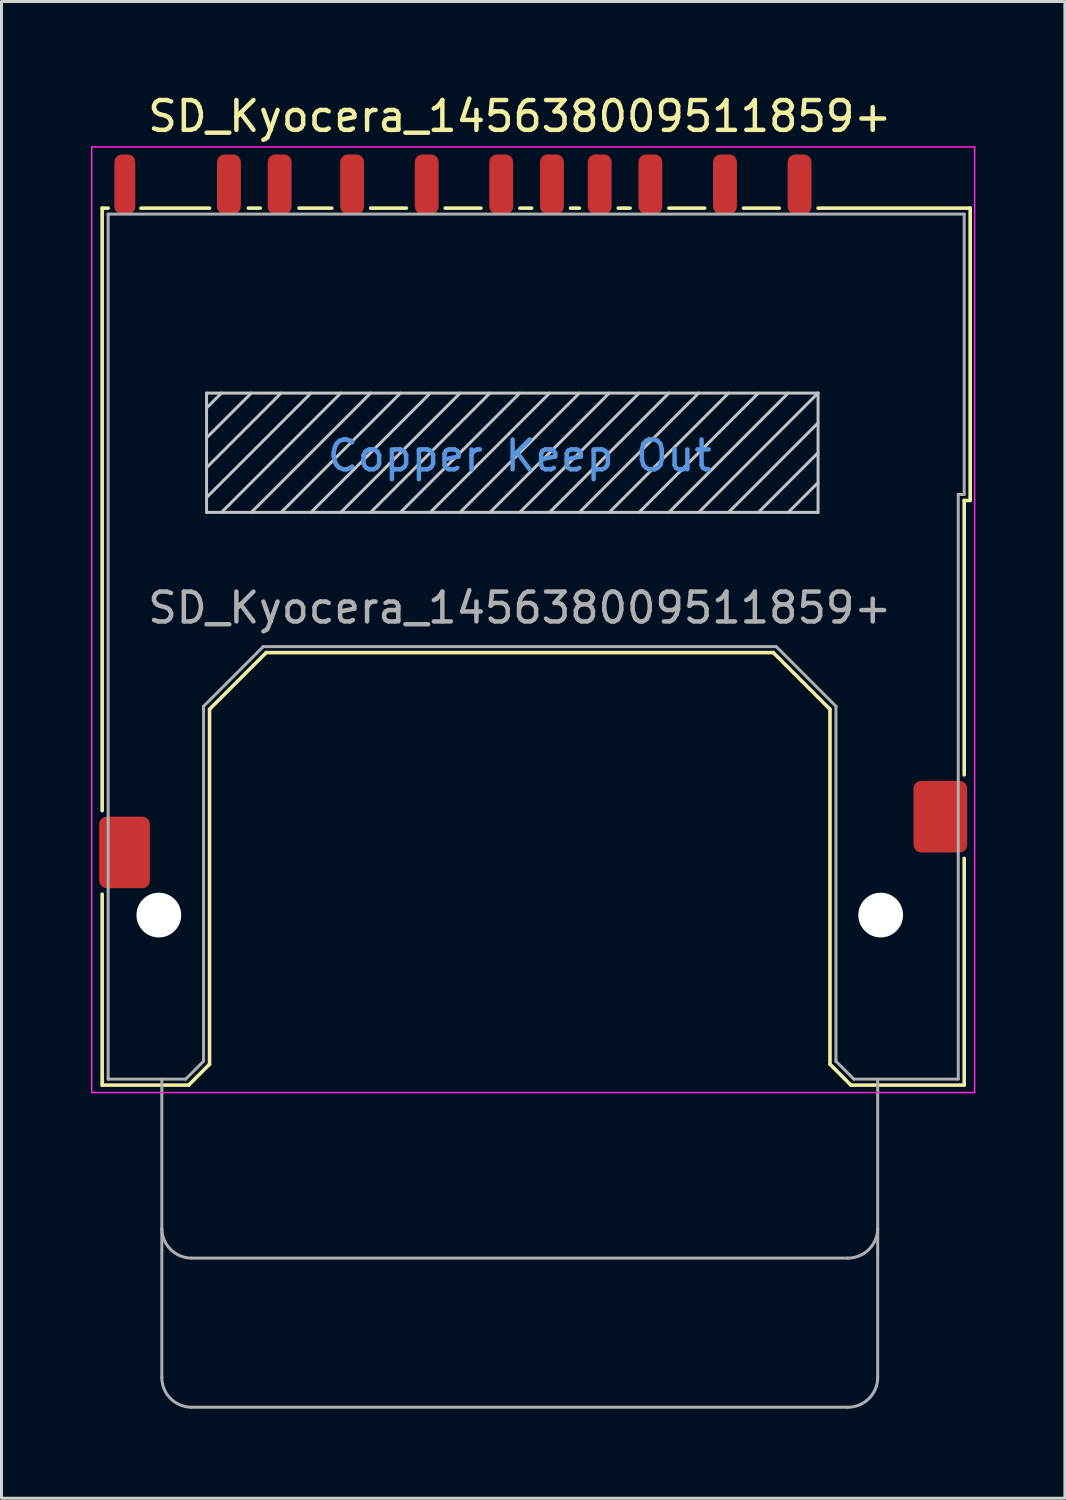
<source format=kicad_pcb>
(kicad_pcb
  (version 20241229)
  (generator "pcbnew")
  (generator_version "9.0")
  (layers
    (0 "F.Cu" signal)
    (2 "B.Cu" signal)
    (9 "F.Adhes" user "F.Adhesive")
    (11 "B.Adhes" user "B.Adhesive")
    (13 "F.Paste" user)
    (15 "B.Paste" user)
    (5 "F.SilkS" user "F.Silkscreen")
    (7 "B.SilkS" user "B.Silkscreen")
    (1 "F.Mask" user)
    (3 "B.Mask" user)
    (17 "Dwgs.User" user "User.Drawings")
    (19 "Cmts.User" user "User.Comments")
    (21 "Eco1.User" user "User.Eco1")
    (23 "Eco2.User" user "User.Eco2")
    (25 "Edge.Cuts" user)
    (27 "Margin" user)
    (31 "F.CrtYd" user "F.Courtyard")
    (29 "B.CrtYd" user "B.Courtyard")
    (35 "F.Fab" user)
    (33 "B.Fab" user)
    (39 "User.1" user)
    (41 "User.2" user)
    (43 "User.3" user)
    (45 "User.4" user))
  (footprint "SD_Kyocera_145638009511859+"
    (layer "F.Cu")
    (at 14.375 18.628)
    (property "Reference" "SD_Kyocera_145638009511859+" (at 0 -17.78 180) (layer "F.SilkS") (effects (font (size 1 1) (thickness 0.15))))
    (attr smd)
    (fp_line (start -14 -14.7) (end -14 5.5) (stroke (width 0.12) (type solid)) (layer "F.SilkS"))
    (fp_line (start -14 8.3) (end -14 14.7) (stroke (width 0.12) (type solid)) (layer "F.SilkS"))
    (fp_line (start -14 14.7) (end -11.1 14.7) (stroke (width 0.12) (type solid)) (layer "F.SilkS"))
    (fp_line (start -13.8 -14.7) (end -14 -14.7) (stroke (width 0.12) (type solid)) (layer "F.SilkS"))
    (fp_line (start -10.4 -14.7) (end -12.7 -14.7) (stroke (width 0.12) (type solid)) (layer "F.SilkS"))
    (fp_line (start -10.4 14) (end -11.1 14.7) (stroke (width 0.12) (type solid)) (layer "F.SilkS"))
    (fp_line (start -10.4 14) (end -10.4 2.1) (stroke (width 0.12) (type solid)) (layer "F.SilkS"))
    (fp_line (start -8.7 -14.7) (end -9.1 -14.7) (stroke (width 0.12) (type solid)) (layer "F.SilkS"))
    (fp_line (start -8.5 0.2) (end -10.4 2.1) (stroke (width 0.12) (type solid)) (layer "F.SilkS"))
    (fp_line (start -8.5 0.2) (end 8.5 0.2) (stroke (width 0.12) (type solid)) (layer "F.SilkS"))
    (fp_line (start -6.3 -14.7) (end -7.4 -14.7) (stroke (width 0.12) (type solid)) (layer "F.SilkS"))
    (fp_line (start -3.8 -14.7) (end -5 -14.7) (stroke (width 0.12) (type solid)) (layer "F.SilkS"))
    (fp_line (start -1.3 -14.7) (end -2.5 -14.7) (stroke (width 0.12) (type solid)) (layer "F.SilkS"))
    (fp_line (start 0.4 -14.7) (end 0 -14.7) (stroke (width 0.12) (type solid)) (layer "F.SilkS"))
    (fp_line (start 2 -14.7) (end 1.7 -14.7) (stroke (width 0.12) (type solid)) (layer "F.SilkS"))
    (fp_line (start 3.7 -14.7) (end 3.3 -14.7) (stroke (width 0.12) (type solid)) (layer "F.SilkS"))
    (fp_line (start 6.2 -14.7) (end 5 -14.7) (stroke (width 0.12) (type solid)) (layer "F.SilkS"))
    (fp_line (start 8.5 0.2) (end 10.4 2.1) (stroke (width 0.12) (type solid)) (layer "F.SilkS"))
    (fp_line (start 8.7 -14.7) (end 7.5 -14.7) (stroke (width 0.12) (type solid)) (layer "F.SilkS"))
    (fp_line (start 10.4 14) (end 10.4 2.1) (stroke (width 0.12) (type solid)) (layer "F.SilkS"))
    (fp_line (start 10.4 14) (end 11.1 14.7) (stroke (width 0.12) (type solid)) (layer "F.SilkS"))
    (fp_line (start 14.9 -4.9) (end 14.9 4.3) (stroke (width 0.12) (type solid)) (layer "F.SilkS"))
    (fp_line (start 14.9 -4.9) (end 15.1 -4.9) (stroke (width 0.12) (type solid)) (layer "F.SilkS"))
    (fp_line (start 14.9 7.1) (end 14.9 14.7) (stroke (width 0.12) (type solid)) (layer "F.SilkS"))
    (fp_line (start 14.9 14.7) (end 11.1 14.7) (stroke (width 0.12) (type solid)) (layer "F.SilkS"))
    (fp_line (start 15.1 -14.7) (end 10 -14.7) (stroke (width 0.12) (type solid)) (layer "F.SilkS"))
    (fp_line (start 15.1 -4.9) (end 15.1 -14.7) (stroke (width 0.12) (type solid)) (layer "F.SilkS"))
    (fp_line (start -10.5 -8.5) (end 10 -8.5) (stroke (width 0.1) (type solid)) (layer "Dwgs.User"))
    (fp_line (start -10.5 -4.5) (end -10.5 -8.5) (stroke (width 0.1) (type solid)) (layer "Dwgs.User"))
    (fp_line (start -10 -8.5) (end -10.5 -8) (stroke (width 0.1) (type solid)) (layer "Dwgs.User"))
    (fp_line (start -9 -8.5) (end -10.5 -7) (stroke (width 0.1) (type solid)) (layer "Dwgs.User"))
    (fp_line (start -8 -8.5) (end -10.5 -6) (stroke (width 0.1) (type solid)) (layer "Dwgs.User"))
    (fp_line (start -7 -8.5) (end -10.5 -5) (stroke (width 0.1) (type solid)) (layer "Dwgs.User"))
    (fp_line (start -6 -8.5) (end -10 -4.5) (stroke (width 0.1) (type solid)) (layer "Dwgs.User"))
    (fp_line (start -5 -8.5) (end -9 -4.5) (stroke (width 0.1) (type solid)) (layer "Dwgs.User"))
    (fp_line (start -4 -8.5) (end -8 -4.5) (stroke (width 0.1) (type solid)) (layer "Dwgs.User"))
    (fp_line (start -3 -8.5) (end -7 -4.5) (stroke (width 0.1) (type solid)) (layer "Dwgs.User"))
    (fp_line (start -2 -8.5) (end -6 -4.5) (stroke (width 0.1) (type solid)) (layer "Dwgs.User"))
    (fp_line (start -1 -8.5) (end -5 -4.5) (stroke (width 0.1) (type solid)) (layer "Dwgs.User"))
    (fp_line (start 0 -8.5) (end -4 -4.5) (stroke (width 0.1) (type solid)) (layer "Dwgs.User"))
    (fp_line (start 1 -8.5) (end -3 -4.5) (stroke (width 0.1) (type solid)) (layer "Dwgs.User"))
    (fp_line (start 2 -8.5) (end -2 -4.5) (stroke (width 0.1) (type solid)) (layer "Dwgs.User"))
    (fp_line (start 3 -8.5) (end -1 -4.5) (stroke (width 0.1) (type solid)) (layer "Dwgs.User"))
    (fp_line (start 4 -8.5) (end 0 -4.5) (stroke (width 0.1) (type solid)) (layer "Dwgs.User"))
    (fp_line (start 5 -8.5) (end 1 -4.5) (stroke (width 0.1) (type solid)) (layer "Dwgs.User"))
    (fp_line (start 6 -8.5) (end 2 -4.5) (stroke (width 0.1) (type solid)) (layer "Dwgs.User"))
    (fp_line (start 7 -8.5) (end 3 -4.5) (stroke (width 0.1) (type solid)) (layer "Dwgs.User"))
    (fp_line (start 8 -8.5) (end 4 -4.5) (stroke (width 0.1) (type solid)) (layer "Dwgs.User"))
    (fp_line (start 9 -8.5) (end 5 -4.5) (stroke (width 0.1) (type solid)) (layer "Dwgs.User"))
    (fp_line (start 10 -8.5) (end 6 -4.5) (stroke (width 0.1) (type solid)) (layer "Dwgs.User"))
    (fp_line (start 10 -8.5) (end 10 -4.5) (stroke (width 0.1) (type solid)) (layer "Dwgs.User"))
    (fp_line (start 10 -7.5) (end 7 -4.5) (stroke (width 0.1) (type solid)) (layer "Dwgs.User"))
    (fp_line (start 10 -6.5) (end 8 -4.5) (stroke (width 0.1) (type solid)) (layer "Dwgs.User"))
    (fp_line (start 10 -5.5) (end 9 -4.5) (stroke (width 0.1) (type solid)) (layer "Dwgs.User"))
    (fp_line (start 10 -4.5) (end -10.5 -4.5) (stroke (width 0.1) (type solid)) (layer "Dwgs.User"))
    (fp_line (start -14.35 -16.75) (end 15.25 -16.75) (stroke (width 0.05) (type solid)) (layer "F.CrtYd"))
    (fp_line (start -14.35 14.95) (end -14.35 -16.75) (stroke (width 0.05) (type solid)) (layer "F.CrtYd"))
    (fp_line (start 15.25 -16.75) (end 15.25 14.95) (stroke (width 0.05) (type solid)) (layer "F.CrtYd"))
    (fp_line (start 15.25 14.95) (end -14.35 14.95) (stroke (width 0.05) (type solid)) (layer "F.CrtYd"))
    (fp_line (start -13.8 -14.5) (end -13.8 14.5) (stroke (width 0.1) (type solid)) (layer "F.Fab"))
    (fp_line (start -13.8 14.5) (end -11.2 14.5) (stroke (width 0.1) (type solid)) (layer "F.Fab"))
    (fp_line (start -12 14.5) (end -12 24.5) (stroke (width 0.1) (type solid)) (layer "F.Fab"))
    (fp_line (start -11 20.5) (end 11 20.5) (stroke (width 0.1) (type solid)) (layer "F.Fab"))
    (fp_line (start -11 25.5) (end 11 25.5) (stroke (width 0.1) (type solid)) (layer "F.Fab"))
    (fp_line (start -10.6 13.9) (end -11.2 14.5) (stroke (width 0.1) (type solid)) (layer "F.Fab"))
    (fp_line (start -10.6 13.9) (end -10.6 2) (stroke (width 0.1) (type solid)) (layer "F.Fab"))
    (fp_line (start -8.6 0) (end -10.6 2) (stroke (width 0.1) (type solid)) (layer "F.Fab"))
    (fp_line (start -8.6 0) (end 8.6 0) (stroke (width 0.1) (type solid)) (layer "F.Fab"))
    (fp_line (start 10.6 2) (end 8.6 0) (stroke (width 0.1) (type solid)) (layer "F.Fab"))
    (fp_line (start 10.6 2) (end 10.6 13.9) (stroke (width 0.1) (type solid)) (layer "F.Fab"))
    (fp_line (start 11.2 14.5) (end 10.6 13.9) (stroke (width 0.1) (type solid)) (layer "F.Fab"))
    (fp_line (start 11.2 14.5) (end 14.7 14.5) (stroke (width 0.1) (type solid)) (layer "F.Fab"))
    (fp_line (start 12 24.5) (end 12 14.5) (stroke (width 0.1) (type solid)) (layer "F.Fab"))
    (fp_line (start 14.7 -5.1) (end 14.9 -5.1) (stroke (width 0.1) (type solid)) (layer "F.Fab"))
    (fp_line (start 14.7 14.5) (end 14.7 -5.1) (stroke (width 0.1) (type solid)) (layer "F.Fab"))
    (fp_line (start 14.9 -14.5) (end -13.8 -14.5) (stroke (width 0.1) (type solid)) (layer "F.Fab"))
    (fp_line (start 14.9 -5.1) (end 14.9 -14.5) (stroke (width 0.1) (type solid)) (layer "F.Fab"))
    (fp_arc (start -11 20.5) (mid -11.707107 20.207107) (end -12 19.5) (stroke (width 0.1) (type solid)) (layer "F.Fab"))
    (fp_arc (start -11 25.5) (mid -11.707107 25.207107) (end -12 24.5) (stroke (width 0.1) (type solid)) (layer "F.Fab"))
    (fp_arc (start 12 19.5) (mid 11.707107 20.207107) (end 11 20.5) (stroke (width 0.1) (type solid)) (layer "F.Fab"))
    (fp_arc (start 12 24.5) (mid 11.707107 25.207107) (end 11 25.5) (stroke (width 0.1) (type solid)) (layer "F.Fab"))
    (fp_text user "Copper Keep Out" (at 0 -6.4 180) (layer "Cmts.User") (effects (font (size 1 1) (thickness 0.15))))
    (fp_text user "${REFERENCE}" (at 0 -1.3 180) (layer "F.Fab") (effects (font (size 1 1) (thickness 0.15))))
    (pad "" np_thru_hole circle (at -12.1 9 180) (size 1.5 1.5) (drill 1.5) (layers "*.Cu" "*.Mask"))
    (pad "" np_thru_hole circle (at 12.1 9 180) (size 1.5 1.5) (drill 1.5) (layers "*.Cu" "*.Mask"))
    (pad "1" smd roundrect (at 6.88 -15.5 180) (size 0.8 2) (layers "F.Cu" "F.Mask" "F.Paste") (roundrect_rratio 0.313))
    (pad "2" smd roundrect (at 4.38 -15.5 180) (size 0.8 2) (layers "F.Cu" "F.Mask" "F.Paste") (roundrect_rratio 0.313))
    (pad "3" smd roundrect (at 1.08 -15.5 180) (size 0.8 2) (layers "F.Cu" "F.Mask" "F.Paste") (roundrect_rratio 0.313))
    (pad "4" smd roundrect (at -0.62 -15.5 180) (size 0.8 2) (layers "F.Cu" "F.Mask" "F.Paste") (roundrect_rratio 0.313))
    (pad "5" smd roundrect (at -3.12 -15.5 180) (size 0.8 2) (layers "F.Cu" "F.Mask" "F.Paste") (roundrect_rratio 0.313))
    (pad "6" smd roundrect (at -5.62 -15.5 180) (size 0.8 2) (layers "F.Cu" "F.Mask" "F.Paste") (roundrect_rratio 0.313))
    (pad "7" smd roundrect (at -8.05 -15.5 180) (size 0.8 2) (layers "F.Cu" "F.Mask" "F.Paste") (roundrect_rratio 0.313))
    (pad "8" smd roundrect (at -9.75 -15.5 180) (size 0.8 2) (layers "F.Cu" "F.Mask" "F.Paste") (roundrect_rratio 0.313))
    (pad "9" smd roundrect (at 9.38 -15.5 180) (size 0.8 2) (layers "F.Cu" "F.Mask" "F.Paste") (roundrect_rratio 0.313))
    (pad "10" smd roundrect (at 2.68 -15.5 180) (size 0.8 2) (layers "F.Cu" "F.Mask" "F.Paste") (roundrect_rratio 0.313))
    (pad "11" smd roundrect (at -13.24 -15.5 180) (size 0.7 2) (layers "F.Cu" "F.Mask" "F.Paste") (roundrect_rratio 0.357))
    (pad "12" smd roundrect (at 14.1 5.7 180) (size 1.8 2.4) (layers "F.Cu" "F.Mask" "F.Paste") (roundrect_rratio 0.139))
    (pad "13" smd roundrect (at -13.25 6.9 180) (size 1.7 2.4) (layers "F.Cu" "F.Mask" "F.Paste") (roundrect_rratio 0.147)))
  (gr_rect
    (start -3 -3)
    (end 32.65 47.178)
    (stroke (width 0.1) (type default))
    (fill no)
    (layer "Edge.Cuts")))
</source>
